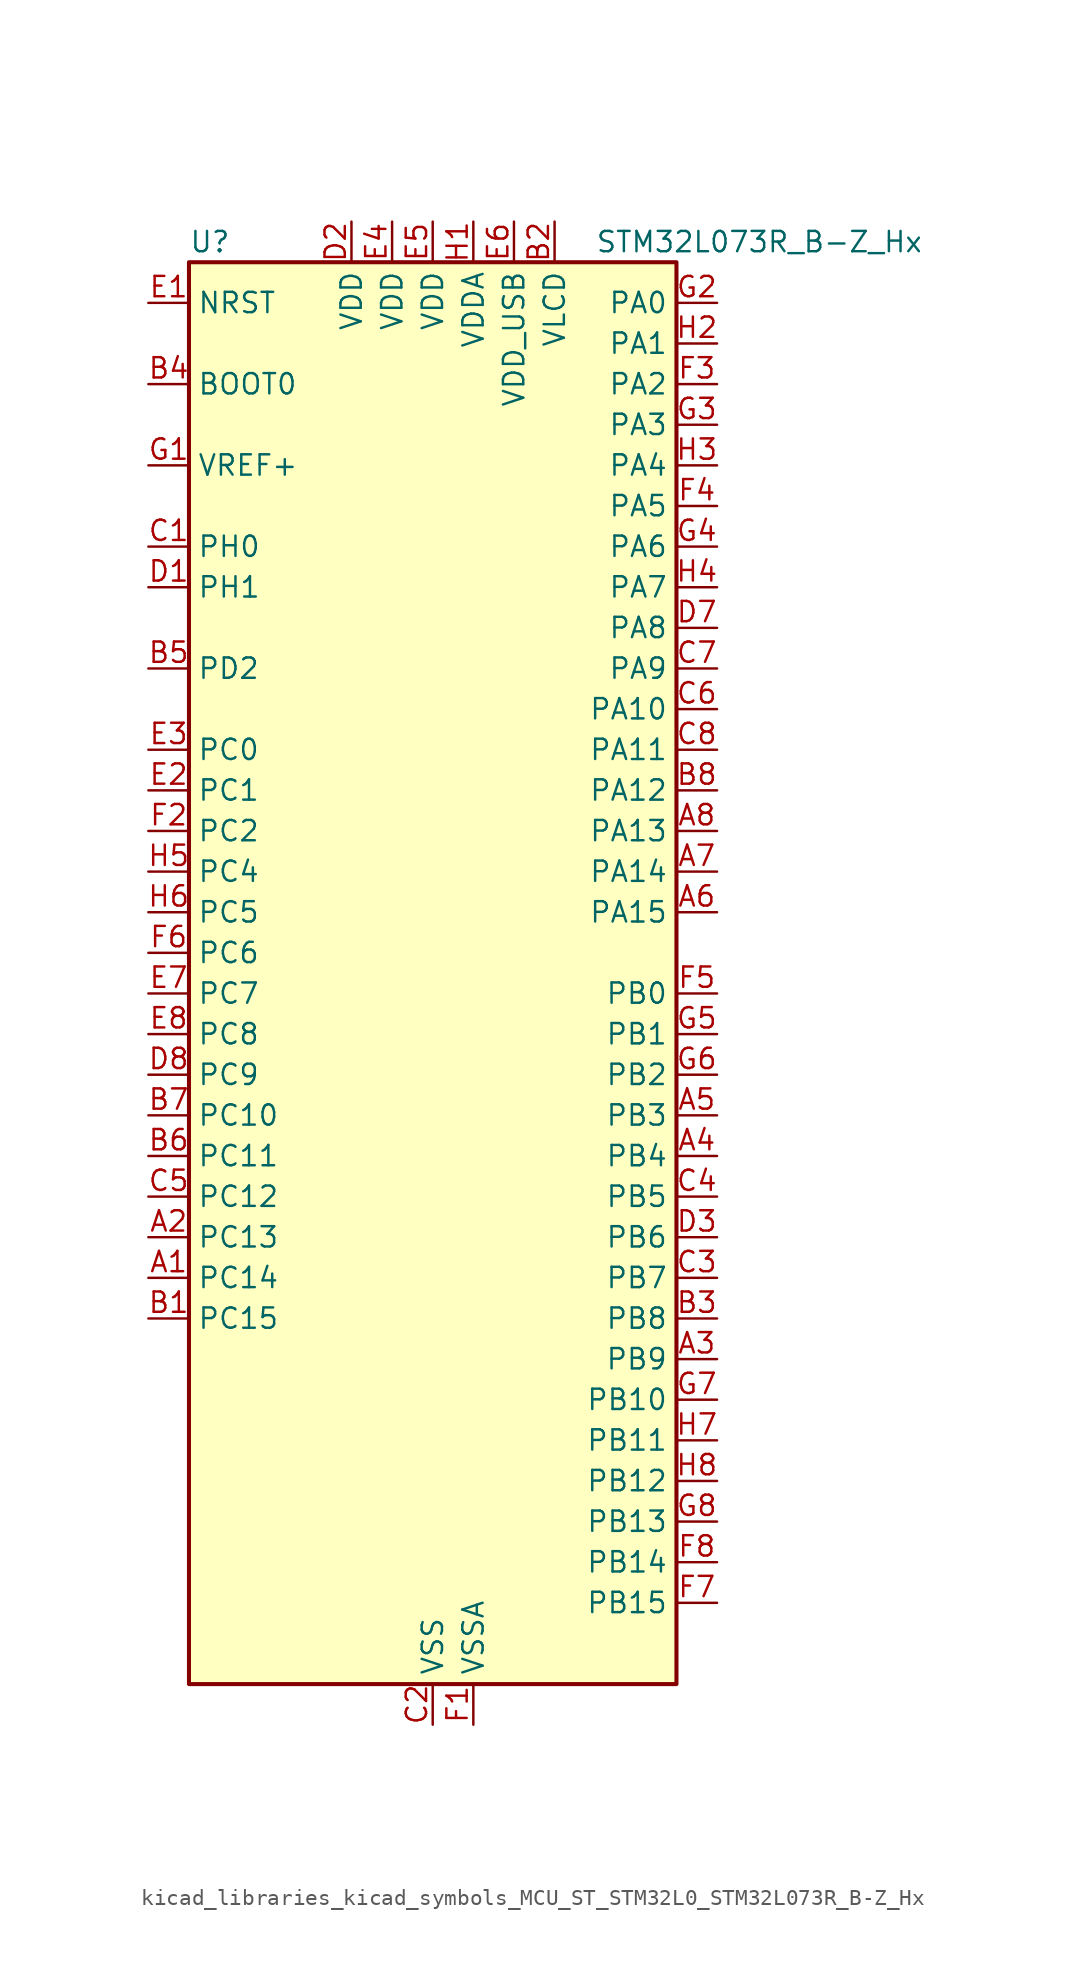
<source format=kicad_sym>
(kicad_symbol_lib
  (version 20220914)
  (generator kicad_symbol_editor)
  (symbol "kicad_libraries_kicad_symbols_MCU_ST_STM32L0_STM32L073R_B-Z_Hx"
    (property "Reference" "U"
      (at -15.24 46.99 0)
      (effects (font (size 1.27 1.27)) (justify left)))
    (property "Value" "STM32L073R_B-Z_Hx"
      (at 10.16 46.99 0)
      (effects (font (size 1.27 1.27)) (justify left)))
    (property "ki_locked" ""
      (at 0 0 0)
      (effects (font (size 1.27 1.27))))
    (symbol "kicad_libraries_kicad_symbols_MCU_ST_STM32L0_STM32L073R_B-Z_Hx_0_1"
      (rectangle (start -15.24 -43.18) (end 15.24 45.72) (stroke (width 0.254) (type default)) (fill (type background))))
    (symbol "kicad_libraries_kicad_symbols_MCU_ST_STM32L0_STM32L073R_B-Z_Hx_1_1"
      (pin bidirectional line (at -17.78 -17.78 0) (length 2.54) (name "PC14" (effects (font (size 1.27 1.27)))) (number "A1" (effects (font (size 1.27 1.27)))) (alternate "RCC_OSC32_IN" bidirectional line))
      (pin bidirectional line (at -17.78 -15.24 0) (length 2.54) (name "PC13" (effects (font (size 1.27 1.27)))) (number "A2" (effects (font (size 1.27 1.27)))) (alternate "RTC_OUT_ALARM" bidirectional line) (alternate "RTC_OUT_CALIB" bidirectional line) (alternate "RTC_TAMP1" bidirectional line) (alternate "RTC_TS" bidirectional line) (alternate "SYS_WKUP2" bidirectional line))
      (pin bidirectional line (at 17.78 -22.86 180) (length 2.54) (name "PB9" (effects (font (size 1.27 1.27)))) (number "A3" (effects (font (size 1.27 1.27)))) (alternate "DAC_EXTI9" bidirectional line) (alternate "I2C1_SDA" bidirectional line) (alternate "I2S2_WS" bidirectional line) (alternate "LCD_COM3" bidirectional line) (alternate "SPI2_NSS" bidirectional line))
      (pin bidirectional line (at 17.78 -10.16 180) (length 2.54) (name "PB4" (effects (font (size 1.27 1.27)))) (number "A4" (effects (font (size 1.27 1.27)))) (alternate "COMP2_INP" bidirectional line) (alternate "I2C3_SDA" bidirectional line) (alternate "LCD_SEG8" bidirectional line) (alternate "SPI1_MISO" bidirectional line) (alternate "TIM22_CH1" bidirectional line) (alternate "TIM3_CH1" bidirectional line) (alternate "TSC_G5_IO2" bidirectional line) (alternate "USART1_CTS" bidirectional line) (alternate "USART5_RX" bidirectional line))
      (pin bidirectional line (at 17.78 -7.62 180) (length 2.54) (name "PB3" (effects (font (size 1.27 1.27)))) (number "A5" (effects (font (size 1.27 1.27)))) (alternate "COMP2_INM" bidirectional line) (alternate "LCD_SEG7" bidirectional line) (alternate "SPI1_SCK" bidirectional line) (alternate "TIM2_CH2" bidirectional line) (alternate "TSC_G5_IO1" bidirectional line) (alternate "USART1_DE" bidirectional line) (alternate "USART1_RTS" bidirectional line) (alternate "USART5_TX" bidirectional line))
      (pin bidirectional line (at 17.78 5.08 180) (length 2.54) (name "PA15" (effects (font (size 1.27 1.27)))) (number "A6" (effects (font (size 1.27 1.27)))) (alternate "LCD_SEG17" bidirectional line) (alternate "SPI1_NSS" bidirectional line) (alternate "TIM2_CH1" bidirectional line) (alternate "TIM2_ETR" bidirectional line) (alternate "USART2_RX" bidirectional line) (alternate "USART4_DE" bidirectional line) (alternate "USART4_RTS" bidirectional line))
      (pin bidirectional line (at 17.78 7.62 180) (length 2.54) (name "PA14" (effects (font (size 1.27 1.27)))) (number "A7" (effects (font (size 1.27 1.27)))) (alternate "LPUART1_TX" bidirectional line) (alternate "SYS_SWCLK" bidirectional line) (alternate "USART2_TX" bidirectional line))
      (pin bidirectional line (at 17.78 10.16 180) (length 2.54) (name "PA13" (effects (font (size 1.27 1.27)))) (number "A8" (effects (font (size 1.27 1.27)))) (alternate "LPUART1_RX" bidirectional line) (alternate "SYS_SWDIO" bidirectional line) (alternate "USB_NOE" bidirectional line))
      (pin bidirectional line (at -17.78 -20.32 0) (length 2.54) (name "PC15" (effects (font (size 1.27 1.27)))) (number "B1" (effects (font (size 1.27 1.27)))) (alternate "RCC_OSC32_OUT" bidirectional line))
      (pin power_in line (at 7.62 48.26 270) (length 2.54) (name "VLCD" (effects (font (size 1.27 1.27)))) (number "B2" (effects (font (size 1.27 1.27)))))
      (pin bidirectional line (at 17.78 -20.32 180) (length 2.54) (name "PB8" (effects (font (size 1.27 1.27)))) (number "B3" (effects (font (size 1.27 1.27)))) (alternate "I2C1_SCL" bidirectional line) (alternate "LCD_SEG16" bidirectional line) (alternate "TSC_SYNC" bidirectional line))
      (pin input line (at -17.78 38.1 0) (length 2.54) (name "BOOT0" (effects (font (size 1.27 1.27)))) (number "B4" (effects (font (size 1.27 1.27)))))
      (pin bidirectional line (at -17.78 20.32 0) (length 2.54) (name "PD2" (effects (font (size 1.27 1.27)))) (number "B5" (effects (font (size 1.27 1.27)))) (alternate "LCD_COM7" bidirectional line) (alternate "LCD_SEG31" bidirectional line) (alternate "LPUART1_DE" bidirectional line) (alternate "LPUART1_RTS" bidirectional line) (alternate "TIM3_ETR" bidirectional line) (alternate "USART5_RX" bidirectional line))
      (pin bidirectional line (at -17.78 -10.16 0) (length 2.54) (name "PC11" (effects (font (size 1.27 1.27)))) (number "B6" (effects (font (size 1.27 1.27)))) (alternate "ADC_EXTI11" bidirectional line) (alternate "LCD_COM5" bidirectional line) (alternate "LCD_SEG29" bidirectional line) (alternate "LPUART1_RX" bidirectional line) (alternate "USART4_RX" bidirectional line))
      (pin bidirectional line (at -17.78 -7.62 0) (length 2.54) (name "PC10" (effects (font (size 1.27 1.27)))) (number "B7" (effects (font (size 1.27 1.27)))) (alternate "LCD_COM4" bidirectional line) (alternate "LCD_SEG28" bidirectional line) (alternate "LPUART1_TX" bidirectional line) (alternate "USART4_TX" bidirectional line))
      (pin bidirectional line (at 17.78 12.7 180) (length 2.54) (name "PA12" (effects (font (size 1.27 1.27)))) (number "B8" (effects (font (size 1.27 1.27)))) (alternate "COMP2_OUT" bidirectional line) (alternate "SPI1_MOSI" bidirectional line) (alternate "TSC_G4_IO4" bidirectional line) (alternate "USART1_DE" bidirectional line) (alternate "USART1_RTS" bidirectional line) (alternate "USB_DP" bidirectional line))
      (pin bidirectional line (at -17.78 27.94 0) (length 2.54) (name "PH0" (effects (font (size 1.27 1.27)))) (number "C1" (effects (font (size 1.27 1.27)))) (alternate "CRS_SYNC" bidirectional line) (alternate "RCC_OSC_IN" bidirectional line))
      (pin power_in line (at 0 -45.72 90) (length 2.54) (name "VSS" (effects (font (size 1.27 1.27)))) (number "C2" (effects (font (size 1.27 1.27)))))
      (pin bidirectional line (at 17.78 -17.78 180) (length 2.54) (name "PB7" (effects (font (size 1.27 1.27)))) (number "C3" (effects (font (size 1.27 1.27)))) (alternate "COMP2_INP" bidirectional line) (alternate "I2C1_SDA" bidirectional line) (alternate "LPTIM1_IN2" bidirectional line) (alternate "SYS_PVD_IN" bidirectional line) (alternate "TSC_G5_IO4" bidirectional line) (alternate "USART1_RX" bidirectional line) (alternate "USART4_CTS" bidirectional line))
      (pin bidirectional line (at 17.78 -12.7 180) (length 2.54) (name "PB5" (effects (font (size 1.27 1.27)))) (number "C4" (effects (font (size 1.27 1.27)))) (alternate "COMP2_INP" bidirectional line) (alternate "I2C1_SMBA" bidirectional line) (alternate "LCD_SEG9" bidirectional line) (alternate "LPTIM1_IN1" bidirectional line) (alternate "SPI1_MOSI" bidirectional line) (alternate "TIM22_CH2" bidirectional line) (alternate "TIM3_CH2" bidirectional line) (alternate "USART1_CK" bidirectional line) (alternate "USART5_CK" bidirectional line) (alternate "USART5_DE" bidirectional line) (alternate "USART5_RTS" bidirectional line))
      (pin bidirectional line (at -17.78 -12.7 0) (length 2.54) (name "PC12" (effects (font (size 1.27 1.27)))) (number "C5" (effects (font (size 1.27 1.27)))) (alternate "LCD_COM6" bidirectional line) (alternate "LCD_SEG30" bidirectional line) (alternate "USART4_CK" bidirectional line) (alternate "USART5_TX" bidirectional line))
      (pin bidirectional line (at 17.78 17.78 180) (length 2.54) (name "PA10" (effects (font (size 1.27 1.27)))) (number "C6" (effects (font (size 1.27 1.27)))) (alternate "I2C1_SDA" bidirectional line) (alternate "LCD_COM2" bidirectional line) (alternate "TSC_G4_IO2" bidirectional line) (alternate "USART1_RX" bidirectional line))
      (pin bidirectional line (at 17.78 20.32 180) (length 2.54) (name "PA9" (effects (font (size 1.27 1.27)))) (number "C7" (effects (font (size 1.27 1.27)))) (alternate "DAC_EXTI9" bidirectional line) (alternate "I2C1_SCL" bidirectional line) (alternate "I2C3_SMBA" bidirectional line) (alternate "LCD_COM1" bidirectional line) (alternate "RCC_MCO" bidirectional line) (alternate "TSC_G4_IO1" bidirectional line) (alternate "USART1_TX" bidirectional line))
      (pin bidirectional line (at 17.78 15.24 180) (length 2.54) (name "PA11" (effects (font (size 1.27 1.27)))) (number "C8" (effects (font (size 1.27 1.27)))) (alternate "ADC_EXTI11" bidirectional line) (alternate "COMP1_OUT" bidirectional line) (alternate "SPI1_MISO" bidirectional line) (alternate "TSC_G4_IO3" bidirectional line) (alternate "USART1_CTS" bidirectional line) (alternate "USB_DM" bidirectional line))
      (pin bidirectional line (at -17.78 25.4 0) (length 2.54) (name "PH1" (effects (font (size 1.27 1.27)))) (number "D1" (effects (font (size 1.27 1.27)))) (alternate "RCC_OSC_OUT" bidirectional line))
      (pin power_in line (at -5.08 48.26 270) (length 2.54) (name "VDD" (effects (font (size 1.27 1.27)))) (number "D2" (effects (font (size 1.27 1.27)))))
      (pin bidirectional line (at 17.78 -15.24 180) (length 2.54) (name "PB6" (effects (font (size 1.27 1.27)))) (number "D3" (effects (font (size 1.27 1.27)))) (alternate "COMP2_INP" bidirectional line) (alternate "I2C1_SCL" bidirectional line) (alternate "LPTIM1_ETR" bidirectional line) (alternate "TSC_G5_IO3" bidirectional line) (alternate "USART1_TX" bidirectional line))
      (pin passive line (at 0 -45.72 90) (length 2.54) hide (name "VSS" (effects (font (size 1.27 1.27)))) (number "D4" (effects (font (size 1.27 1.27)))))
      (pin passive line (at 0 -45.72 90) (length 2.54) hide (name "VSS" (effects (font (size 1.27 1.27)))) (number "D5" (effects (font (size 1.27 1.27)))))
      (pin passive line (at 0 -45.72 90) (length 2.54) hide (name "VSS" (effects (font (size 1.27 1.27)))) (number "D6" (effects (font (size 1.27 1.27)))))
      (pin bidirectional line (at 17.78 22.86 180) (length 2.54) (name "PA8" (effects (font (size 1.27 1.27)))) (number "D7" (effects (font (size 1.27 1.27)))) (alternate "CRS_SYNC" bidirectional line) (alternate "I2C3_SCL" bidirectional line) (alternate "LCD_COM0" bidirectional line) (alternate "RCC_MCO" bidirectional line) (alternate "USART1_CK" bidirectional line))
      (pin bidirectional line (at -17.78 -5.08 0) (length 2.54) (name "PC9" (effects (font (size 1.27 1.27)))) (number "D8" (effects (font (size 1.27 1.27)))) (alternate "DAC_EXTI9" bidirectional line) (alternate "I2C3_SDA" bidirectional line) (alternate "LCD_SEG27" bidirectional line) (alternate "TIM21_ETR" bidirectional line) (alternate "TIM3_CH4" bidirectional line) (alternate "TSC_G8_IO4" bidirectional line) (alternate "USB_NOE" bidirectional line))
      (pin input line (at -17.78 43.18 0) (length 2.54) (name "NRST" (effects (font (size 1.27 1.27)))) (number "E1" (effects (font (size 1.27 1.27)))))
      (pin bidirectional line (at -17.78 12.7 0) (length 2.54) (name "PC1" (effects (font (size 1.27 1.27)))) (number "E2" (effects (font (size 1.27 1.27)))) (alternate "ADC_IN11" bidirectional line) (alternate "I2C3_SDA" bidirectional line) (alternate "LCD_SEG19" bidirectional line) (alternate "LPTIM1_OUT" bidirectional line) (alternate "LPUART1_TX" bidirectional line) (alternate "TSC_G7_IO2" bidirectional line))
      (pin bidirectional line (at -17.78 15.24 0) (length 2.54) (name "PC0" (effects (font (size 1.27 1.27)))) (number "E3" (effects (font (size 1.27 1.27)))) (alternate "ADC_IN10" bidirectional line) (alternate "I2C3_SCL" bidirectional line) (alternate "LCD_SEG18" bidirectional line) (alternate "LPTIM1_IN1" bidirectional line) (alternate "LPUART1_RX" bidirectional line) (alternate "TSC_G7_IO1" bidirectional line))
      (pin power_in line (at -2.54 48.26 270) (length 2.54) (name "VDD" (effects (font (size 1.27 1.27)))) (number "E4" (effects (font (size 1.27 1.27)))))
      (pin power_in line (at 0 48.26 270) (length 2.54) (name "VDD" (effects (font (size 1.27 1.27)))) (number "E5" (effects (font (size 1.27 1.27)))))
      (pin power_in line (at 5.08 48.26 270) (length 2.54) (name "VDD_USB" (effects (font (size 1.27 1.27)))) (number "E6" (effects (font (size 1.27 1.27)))))
      (pin bidirectional line (at -17.78 0 0) (length 2.54) (name "PC7" (effects (font (size 1.27 1.27)))) (number "E7" (effects (font (size 1.27 1.27)))) (alternate "LCD_SEG25" bidirectional line) (alternate "TIM22_CH2" bidirectional line) (alternate "TIM3_CH2" bidirectional line) (alternate "TSC_G8_IO2" bidirectional line))
      (pin bidirectional line (at -17.78 -2.54 0) (length 2.54) (name "PC8" (effects (font (size 1.27 1.27)))) (number "E8" (effects (font (size 1.27 1.27)))) (alternate "LCD_SEG26" bidirectional line) (alternate "TIM22_ETR" bidirectional line) (alternate "TIM3_CH3" bidirectional line) (alternate "TSC_G8_IO3" bidirectional line))
      (pin power_in line (at 2.54 -45.72 90) (length 2.54) (name "VSSA" (effects (font (size 1.27 1.27)))) (number "F1" (effects (font (size 1.27 1.27)))))
      (pin bidirectional line (at -17.78 10.16 0) (length 2.54) (name "PC2" (effects (font (size 1.27 1.27)))) (number "F2" (effects (font (size 1.27 1.27)))) (alternate "ADC_IN12" bidirectional line) (alternate "I2S2_MCK" bidirectional line) (alternate "LCD_SEG20" bidirectional line) (alternate "LPTIM1_IN2" bidirectional line) (alternate "SPI2_MISO" bidirectional line) (alternate "TSC_G7_IO3" bidirectional line))
      (pin bidirectional line (at 17.78 38.1 180) (length 2.54) (name "PA2" (effects (font (size 1.27 1.27)))) (number "F3" (effects (font (size 1.27 1.27)))) (alternate "ADC_IN2" bidirectional line) (alternate "COMP2_INM" bidirectional line) (alternate "COMP2_OUT" bidirectional line) (alternate "LCD_SEG1" bidirectional line) (alternate "LPUART1_TX" bidirectional line) (alternate "TIM21_CH1" bidirectional line) (alternate "TIM2_CH3" bidirectional line) (alternate "TSC_G1_IO3" bidirectional line) (alternate "USART2_TX" bidirectional line))
      (pin bidirectional line (at 17.78 30.48 180) (length 2.54) (name "PA5" (effects (font (size 1.27 1.27)))) (number "F4" (effects (font (size 1.27 1.27)))) (alternate "ADC_IN5" bidirectional line) (alternate "COMP1_INM" bidirectional line) (alternate "COMP2_INM" bidirectional line) (alternate "DAC_OUT2" bidirectional line) (alternate "SPI1_SCK" bidirectional line) (alternate "TIM2_CH1" bidirectional line) (alternate "TIM2_ETR" bidirectional line) (alternate "TSC_G2_IO2" bidirectional line))
      (pin bidirectional line (at 17.78 0 180) (length 2.54) (name "PB0" (effects (font (size 1.27 1.27)))) (number "F5" (effects (font (size 1.27 1.27)))) (alternate "ADC_IN8" bidirectional line) (alternate "LCD_SEG5" bidirectional line) (alternate "LCD_VLCD3" bidirectional line) (alternate "SYS_VREF_OUT_PB0" bidirectional line) (alternate "TIM3_CH3" bidirectional line) (alternate "TSC_G3_IO2" bidirectional line))
      (pin bidirectional line (at -17.78 2.54 0) (length 2.54) (name "PC6" (effects (font (size 1.27 1.27)))) (number "F6" (effects (font (size 1.27 1.27)))) (alternate "LCD_SEG24" bidirectional line) (alternate "TIM22_CH1" bidirectional line) (alternate "TIM3_CH1" bidirectional line) (alternate "TSC_G8_IO1" bidirectional line))
      (pin bidirectional line (at 17.78 -38.1 180) (length 2.54) (name "PB15" (effects (font (size 1.27 1.27)))) (number "F7" (effects (font (size 1.27 1.27)))) (alternate "I2S2_SD" bidirectional line) (alternate "LCD_SEG15" bidirectional line) (alternate "RTC_REFIN" bidirectional line) (alternate "SPI2_MOSI" bidirectional line))
      (pin bidirectional line (at 17.78 -35.56 180) (length 2.54) (name "PB14" (effects (font (size 1.27 1.27)))) (number "F8" (effects (font (size 1.27 1.27)))) (alternate "I2C2_SDA" bidirectional line) (alternate "I2S2_MCK" bidirectional line) (alternate "LCD_SEG14" bidirectional line) (alternate "LPUART1_DE" bidirectional line) (alternate "LPUART1_RTS" bidirectional line) (alternate "RTC_OUT_ALARM" bidirectional line) (alternate "RTC_OUT_CALIB" bidirectional line) (alternate "SPI2_MISO" bidirectional line) (alternate "TIM21_CH2" bidirectional line) (alternate "TSC_G6_IO4" bidirectional line))
      (pin input line (at -17.78 33.02 0) (length 2.54) (name "VREF+" (effects (font (size 1.27 1.27)))) (number "G1" (effects (font (size 1.27 1.27)))))
      (pin bidirectional line (at 17.78 43.18 180) (length 2.54) (name "PA0" (effects (font (size 1.27 1.27)))) (number "G2" (effects (font (size 1.27 1.27)))) (alternate "ADC_IN0" bidirectional line) (alternate "COMP1_INM" bidirectional line) (alternate "COMP1_OUT" bidirectional line) (alternate "RTC_TAMP2" bidirectional line) (alternate "SYS_WKUP1" bidirectional line) (alternate "TIM2_CH1" bidirectional line) (alternate "TIM2_ETR" bidirectional line) (alternate "TSC_G1_IO1" bidirectional line) (alternate "USART2_CTS" bidirectional line) (alternate "USART4_TX" bidirectional line))
      (pin bidirectional line (at 17.78 35.56 180) (length 2.54) (name "PA3" (effects (font (size 1.27 1.27)))) (number "G3" (effects (font (size 1.27 1.27)))) (alternate "ADC_IN3" bidirectional line) (alternate "COMP2_INP" bidirectional line) (alternate "LCD_SEG2" bidirectional line) (alternate "LPUART1_RX" bidirectional line) (alternate "TIM21_CH2" bidirectional line) (alternate "TIM2_CH4" bidirectional line) (alternate "TSC_G1_IO4" bidirectional line) (alternate "USART2_RX" bidirectional line))
      (pin bidirectional line (at 17.78 27.94 180) (length 2.54) (name "PA6" (effects (font (size 1.27 1.27)))) (number "G4" (effects (font (size 1.27 1.27)))) (alternate "ADC_IN6" bidirectional line) (alternate "COMP1_OUT" bidirectional line) (alternate "LCD_SEG3" bidirectional line) (alternate "LPUART1_CTS" bidirectional line) (alternate "SPI1_MISO" bidirectional line) (alternate "TIM22_CH1" bidirectional line) (alternate "TIM3_CH1" bidirectional line) (alternate "TSC_G2_IO3" bidirectional line))
      (pin bidirectional line (at 17.78 -2.54 180) (length 2.54) (name "PB1" (effects (font (size 1.27 1.27)))) (number "G5" (effects (font (size 1.27 1.27)))) (alternate "ADC_IN9" bidirectional line) (alternate "LCD_SEG6" bidirectional line) (alternate "LPUART1_DE" bidirectional line) (alternate "LPUART1_RTS" bidirectional line) (alternate "SYS_VREF_OUT_PB1" bidirectional line) (alternate "TIM3_CH4" bidirectional line) (alternate "TSC_G3_IO3" bidirectional line))
      (pin bidirectional line (at 17.78 -5.08 180) (length 2.54) (name "PB2" (effects (font (size 1.27 1.27)))) (number "G6" (effects (font (size 1.27 1.27)))) (alternate "I2C3_SMBA" bidirectional line) (alternate "LCD_VLCD2" bidirectional line) (alternate "LPTIM1_OUT" bidirectional line) (alternate "TSC_G3_IO4" bidirectional line))
      (pin bidirectional line (at 17.78 -25.4 180) (length 2.54) (name "PB10" (effects (font (size 1.27 1.27)))) (number "G7" (effects (font (size 1.27 1.27)))) (alternate "I2C2_SCL" bidirectional line) (alternate "LCD_SEG10" bidirectional line) (alternate "LPUART1_RX" bidirectional line) (alternate "LPUART1_TX" bidirectional line) (alternate "SPI2_SCK" bidirectional line) (alternate "TIM2_CH3" bidirectional line) (alternate "TSC_SYNC" bidirectional line))
      (pin bidirectional line (at 17.78 -33.02 180) (length 2.54) (name "PB13" (effects (font (size 1.27 1.27)))) (number "G8" (effects (font (size 1.27 1.27)))) (alternate "I2C2_SCL" bidirectional line) (alternate "I2S2_CK" bidirectional line) (alternate "LCD_SEG13" bidirectional line) (alternate "LPUART1_CTS" bidirectional line) (alternate "RCC_MCO" bidirectional line) (alternate "SPI2_SCK" bidirectional line) (alternate "TIM21_CH1" bidirectional line) (alternate "TSC_G6_IO3" bidirectional line))
      (pin power_in line (at 2.54 48.26 270) (length 2.54) (name "VDDA" (effects (font (size 1.27 1.27)))) (number "H1" (effects (font (size 1.27 1.27)))))
      (pin bidirectional line (at 17.78 40.64 180) (length 2.54) (name "PA1" (effects (font (size 1.27 1.27)))) (number "H2" (effects (font (size 1.27 1.27)))) (alternate "ADC_IN1" bidirectional line) (alternate "COMP1_INP" bidirectional line) (alternate "LCD_SEG0" bidirectional line) (alternate "TIM21_ETR" bidirectional line) (alternate "TIM2_CH2" bidirectional line) (alternate "TSC_G1_IO2" bidirectional line) (alternate "USART2_DE" bidirectional line) (alternate "USART2_RTS" bidirectional line) (alternate "USART4_RX" bidirectional line))
      (pin bidirectional line (at 17.78 33.02 180) (length 2.54) (name "PA4" (effects (font (size 1.27 1.27)))) (number "H3" (effects (font (size 1.27 1.27)))) (alternate "ADC_IN4" bidirectional line) (alternate "COMP1_INM" bidirectional line) (alternate "COMP2_INM" bidirectional line) (alternate "DAC_OUT1" bidirectional line) (alternate "SPI1_NSS" bidirectional line) (alternate "TIM22_ETR" bidirectional line) (alternate "TSC_G2_IO1" bidirectional line) (alternate "USART2_CK" bidirectional line))
      (pin bidirectional line (at 17.78 25.4 180) (length 2.54) (name "PA7" (effects (font (size 1.27 1.27)))) (number "H4" (effects (font (size 1.27 1.27)))) (alternate "ADC_IN7" bidirectional line) (alternate "COMP2_OUT" bidirectional line) (alternate "LCD_SEG4" bidirectional line) (alternate "SPI1_MOSI" bidirectional line) (alternate "TIM22_CH2" bidirectional line) (alternate "TIM3_CH2" bidirectional line) (alternate "TSC_G2_IO4" bidirectional line))
      (pin bidirectional line (at -17.78 7.62 0) (length 2.54) (name "PC4" (effects (font (size 1.27 1.27)))) (number "H5" (effects (font (size 1.27 1.27)))) (alternate "ADC_IN14" bidirectional line) (alternate "LCD_SEG22" bidirectional line) (alternate "LPUART1_TX" bidirectional line))
      (pin bidirectional line (at -17.78 5.08 0) (length 2.54) (name "PC5" (effects (font (size 1.27 1.27)))) (number "H6" (effects (font (size 1.27 1.27)))) (alternate "ADC_IN15" bidirectional line) (alternate "LCD_SEG23" bidirectional line) (alternate "LPUART1_RX" bidirectional line) (alternate "TSC_G3_IO1" bidirectional line))
      (pin bidirectional line (at 17.78 -27.94 180) (length 2.54) (name "PB11" (effects (font (size 1.27 1.27)))) (number "H7" (effects (font (size 1.27 1.27)))) (alternate "ADC_EXTI11" bidirectional line) (alternate "I2C2_SDA" bidirectional line) (alternate "LCD_SEG11" bidirectional line) (alternate "LPUART1_RX" bidirectional line) (alternate "LPUART1_TX" bidirectional line) (alternate "TIM2_CH4" bidirectional line) (alternate "TSC_G6_IO1" bidirectional line))
      (pin bidirectional line (at 17.78 -30.48 180) (length 2.54) (name "PB12" (effects (font (size 1.27 1.27)))) (number "H8" (effects (font (size 1.27 1.27)))) (alternate "I2S2_WS" bidirectional line) (alternate "LCD_SEG12" bidirectional line) (alternate "LCD_VLCD2" bidirectional line) (alternate "LPUART1_DE" bidirectional line) (alternate "LPUART1_RTS" bidirectional line) (alternate "SPI2_NSS" bidirectional line) (alternate "TSC_G6_IO2" bidirectional line)))))
</source>
